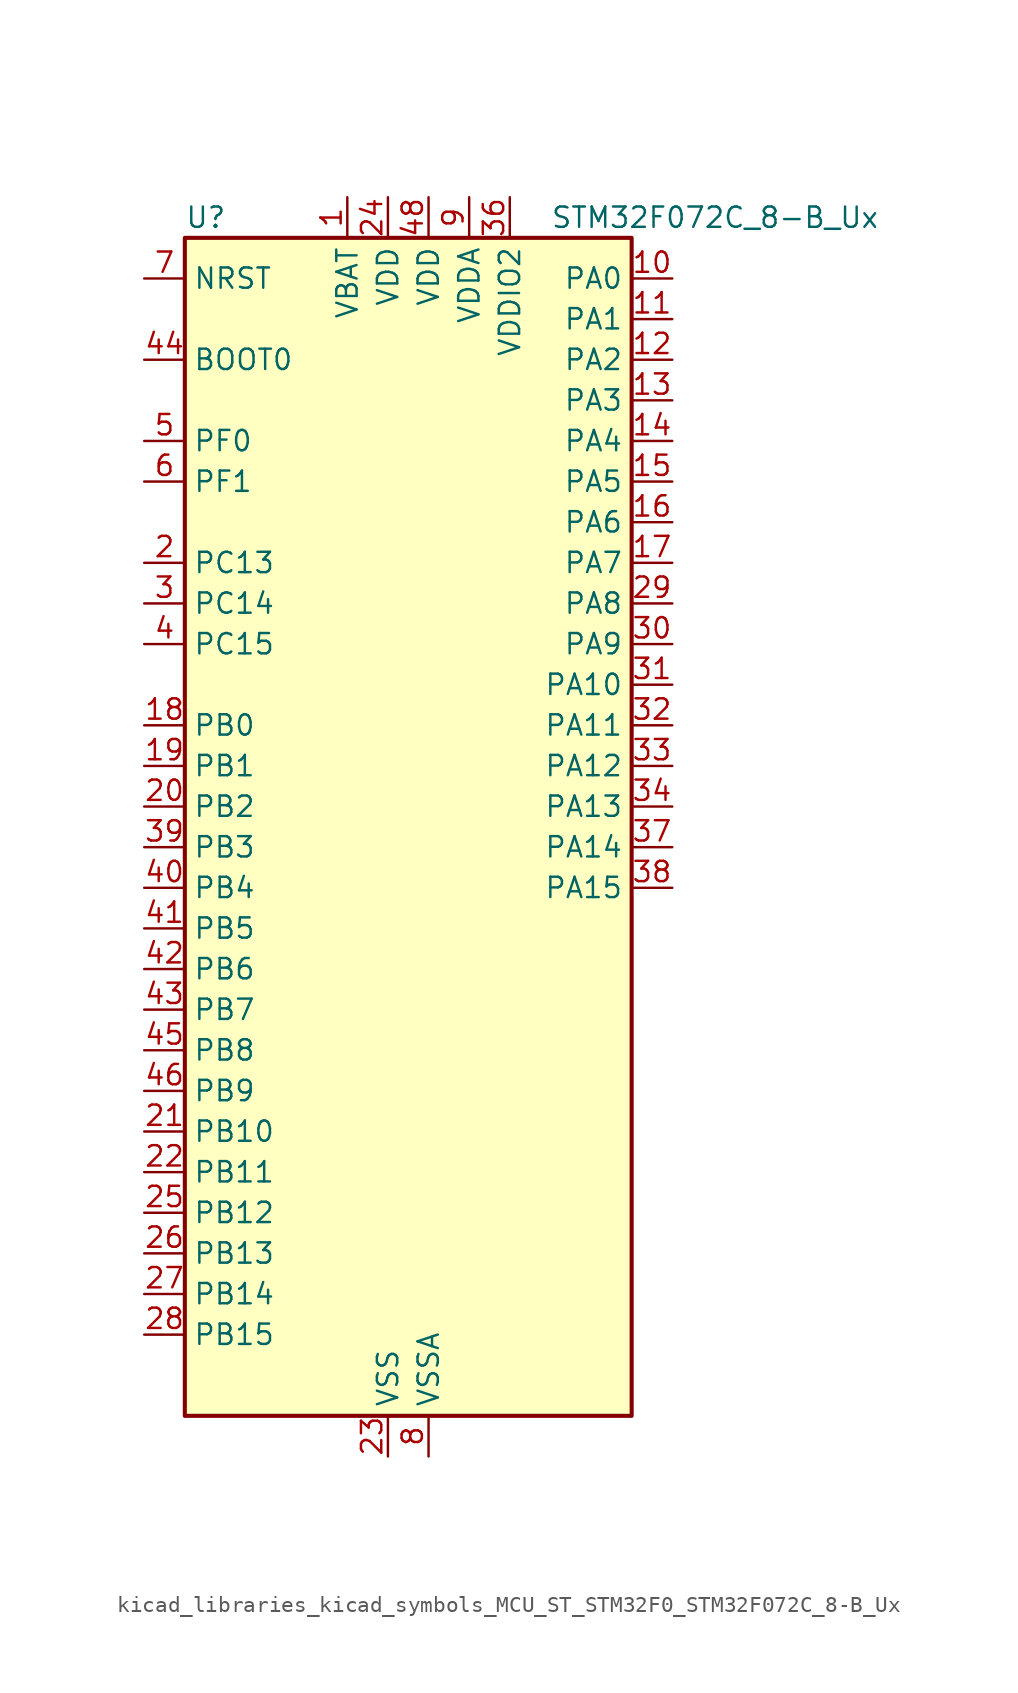
<source format=kicad_sym>
(kicad_symbol_lib
  (version 20220914)
  (generator kicad_symbol_editor)
  (symbol "kicad_libraries_kicad_symbols_MCU_ST_STM32F0_STM32F072C_8-B_Ux"
    (property "Reference" "U"
      (at -12.7 39.37 0)
      (effects (font (size 1.27 1.27)) (justify left)))
    (property "Value" "STM32F072C_8-B_Ux"
      (at 10.16 39.37 0)
      (effects (font (size 1.27 1.27)) (justify left)))
    (property "ki_locked" ""
      (at 0 0 0)
      (effects (font (size 1.27 1.27))))
    (symbol "kicad_libraries_kicad_symbols_MCU_ST_STM32F0_STM32F072C_8-B_Ux_0_1"
      (rectangle (start -12.7 -35.56) (end 15.24 38.1) (stroke (width 0.254) (type default)) (fill (type background))))
    (symbol "kicad_libraries_kicad_symbols_MCU_ST_STM32F0_STM32F072C_8-B_Ux_1_1"
      (pin power_in line (at -2.54 40.64 270) (length 2.54) (name "VBAT" (effects (font (size 1.27 1.27)))) (number "1" (effects (font (size 1.27 1.27)))))
      (pin bidirectional line (at 17.78 35.56 180) (length 2.54) (name "PA0" (effects (font (size 1.27 1.27)))) (number "10" (effects (font (size 1.27 1.27)))) (alternate "ADC_IN0" bidirectional line) (alternate "COMP1_INM" bidirectional line) (alternate "COMP1_OUT" bidirectional line) (alternate "RTC_TAMP2" bidirectional line) (alternate "SYS_WKUP1" bidirectional line) (alternate "TIM2_CH1" bidirectional line) (alternate "TIM2_ETR" bidirectional line) (alternate "TSC_G1_IO1" bidirectional line) (alternate "USART2_CTS" bidirectional line) (alternate "USART4_TX" bidirectional line))
      (pin bidirectional line (at 17.78 33.02 180) (length 2.54) (name "PA1" (effects (font (size 1.27 1.27)))) (number "11" (effects (font (size 1.27 1.27)))) (alternate "ADC_IN1" bidirectional line) (alternate "COMP1_INP" bidirectional line) (alternate "TIM15_CH1N" bidirectional line) (alternate "TIM2_CH2" bidirectional line) (alternate "TSC_G1_IO2" bidirectional line) (alternate "USART2_DE" bidirectional line) (alternate "USART2_RTS" bidirectional line) (alternate "USART4_RX" bidirectional line))
      (pin bidirectional line (at 17.78 30.48 180) (length 2.54) (name "PA2" (effects (font (size 1.27 1.27)))) (number "12" (effects (font (size 1.27 1.27)))) (alternate "ADC_IN2" bidirectional line) (alternate "COMP2_INM" bidirectional line) (alternate "COMP2_OUT" bidirectional line) (alternate "SYS_WKUP4" bidirectional line) (alternate "TIM15_CH1" bidirectional line) (alternate "TIM2_CH3" bidirectional line) (alternate "TSC_G1_IO3" bidirectional line) (alternate "USART2_TX" bidirectional line))
      (pin bidirectional line (at 17.78 27.94 180) (length 2.54) (name "PA3" (effects (font (size 1.27 1.27)))) (number "13" (effects (font (size 1.27 1.27)))) (alternate "ADC_IN3" bidirectional line) (alternate "COMP2_INP" bidirectional line) (alternate "TIM15_CH2" bidirectional line) (alternate "TIM2_CH4" bidirectional line) (alternate "TSC_G1_IO4" bidirectional line) (alternate "USART2_RX" bidirectional line))
      (pin bidirectional line (at 17.78 25.4 180) (length 2.54) (name "PA4" (effects (font (size 1.27 1.27)))) (number "14" (effects (font (size 1.27 1.27)))) (alternate "ADC_IN4" bidirectional line) (alternate "COMP1_INM" bidirectional line) (alternate "COMP2_INM" bidirectional line) (alternate "DAC_OUT1" bidirectional line) (alternate "I2S1_WS" bidirectional line) (alternate "SPI1_NSS" bidirectional line) (alternate "TIM14_CH1" bidirectional line) (alternate "TSC_G2_IO1" bidirectional line) (alternate "USART2_CK" bidirectional line))
      (pin bidirectional line (at 17.78 22.86 180) (length 2.54) (name "PA5" (effects (font (size 1.27 1.27)))) (number "15" (effects (font (size 1.27 1.27)))) (alternate "ADC_IN5" bidirectional line) (alternate "CEC" bidirectional line) (alternate "COMP1_INM" bidirectional line) (alternate "COMP2_INM" bidirectional line) (alternate "DAC_OUT2" bidirectional line) (alternate "I2S1_CK" bidirectional line) (alternate "SPI1_SCK" bidirectional line) (alternate "TIM2_CH1" bidirectional line) (alternate "TIM2_ETR" bidirectional line) (alternate "TSC_G2_IO2" bidirectional line))
      (pin bidirectional line (at 17.78 20.32 180) (length 2.54) (name "PA6" (effects (font (size 1.27 1.27)))) (number "16" (effects (font (size 1.27 1.27)))) (alternate "ADC_IN6" bidirectional line) (alternate "COMP1_OUT" bidirectional line) (alternate "I2S1_MCK" bidirectional line) (alternate "SPI1_MISO" bidirectional line) (alternate "TIM16_CH1" bidirectional line) (alternate "TIM1_BKIN" bidirectional line) (alternate "TIM3_CH1" bidirectional line) (alternate "TSC_G2_IO3" bidirectional line) (alternate "USART3_CTS" bidirectional line))
      (pin bidirectional line (at 17.78 17.78 180) (length 2.54) (name "PA7" (effects (font (size 1.27 1.27)))) (number "17" (effects (font (size 1.27 1.27)))) (alternate "ADC_IN7" bidirectional line) (alternate "COMP2_OUT" bidirectional line) (alternate "I2S1_SD" bidirectional line) (alternate "SPI1_MOSI" bidirectional line) (alternate "TIM14_CH1" bidirectional line) (alternate "TIM17_CH1" bidirectional line) (alternate "TIM1_CH1N" bidirectional line) (alternate "TIM3_CH2" bidirectional line) (alternate "TSC_G2_IO4" bidirectional line))
      (pin bidirectional line (at -15.24 7.62 0) (length 2.54) (name "PB0" (effects (font (size 1.27 1.27)))) (number "18" (effects (font (size 1.27 1.27)))) (alternate "ADC_IN8" bidirectional line) (alternate "TIM1_CH2N" bidirectional line) (alternate "TIM3_CH3" bidirectional line) (alternate "TSC_G3_IO2" bidirectional line) (alternate "USART3_CK" bidirectional line))
      (pin bidirectional line (at -15.24 5.08 0) (length 2.54) (name "PB1" (effects (font (size 1.27 1.27)))) (number "19" (effects (font (size 1.27 1.27)))) (alternate "ADC_IN9" bidirectional line) (alternate "TIM14_CH1" bidirectional line) (alternate "TIM1_CH3N" bidirectional line) (alternate "TIM3_CH4" bidirectional line) (alternate "TSC_G3_IO3" bidirectional line) (alternate "USART3_DE" bidirectional line) (alternate "USART3_RTS" bidirectional line))
      (pin bidirectional line (at -15.24 17.78 0) (length 2.54) (name "PC13" (effects (font (size 1.27 1.27)))) (number "2" (effects (font (size 1.27 1.27)))) (alternate "RTC_OUT_ALARM" bidirectional line) (alternate "RTC_OUT_CALIB" bidirectional line) (alternate "RTC_TAMP1" bidirectional line) (alternate "RTC_TS" bidirectional line) (alternate "SYS_WKUP2" bidirectional line))
      (pin bidirectional line (at -15.24 2.54 0) (length 2.54) (name "PB2" (effects (font (size 1.27 1.27)))) (number "20" (effects (font (size 1.27 1.27)))) (alternate "TSC_G3_IO4" bidirectional line))
      (pin bidirectional line (at -15.24 -17.78 0) (length 2.54) (name "PB10" (effects (font (size 1.27 1.27)))) (number "21" (effects (font (size 1.27 1.27)))) (alternate "CEC" bidirectional line) (alternate "I2C2_SCL" bidirectional line) (alternate "I2S2_CK" bidirectional line) (alternate "SPI2_SCK" bidirectional line) (alternate "TIM2_CH3" bidirectional line) (alternate "TSC_SYNC" bidirectional line) (alternate "USART3_TX" bidirectional line))
      (pin bidirectional line (at -15.24 -20.32 0) (length 2.54) (name "PB11" (effects (font (size 1.27 1.27)))) (number "22" (effects (font (size 1.27 1.27)))) (alternate "I2C2_SDA" bidirectional line) (alternate "TIM2_CH4" bidirectional line) (alternate "TSC_G6_IO1" bidirectional line) (alternate "USART3_RX" bidirectional line))
      (pin power_in line (at 0 -38.1 90) (length 2.54) (name "VSS" (effects (font (size 1.27 1.27)))) (number "23" (effects (font (size 1.27 1.27)))))
      (pin power_in line (at 0 40.64 270) (length 2.54) (name "VDD" (effects (font (size 1.27 1.27)))) (number "24" (effects (font (size 1.27 1.27)))))
      (pin bidirectional line (at -15.24 -22.86 0) (length 2.54) (name "PB12" (effects (font (size 1.27 1.27)))) (number "25" (effects (font (size 1.27 1.27)))) (alternate "I2S2_WS" bidirectional line) (alternate "SPI2_NSS" bidirectional line) (alternate "TIM15_BKIN" bidirectional line) (alternate "TIM1_BKIN" bidirectional line) (alternate "TSC_G6_IO2" bidirectional line) (alternate "USART3_CK" bidirectional line))
      (pin bidirectional line (at -15.24 -25.4 0) (length 2.54) (name "PB13" (effects (font (size 1.27 1.27)))) (number "26" (effects (font (size 1.27 1.27)))) (alternate "I2C2_SCL" bidirectional line) (alternate "I2S2_CK" bidirectional line) (alternate "SPI2_SCK" bidirectional line) (alternate "TIM1_CH1N" bidirectional line) (alternate "TSC_G6_IO3" bidirectional line) (alternate "USART3_CTS" bidirectional line))
      (pin bidirectional line (at -15.24 -27.94 0) (length 2.54) (name "PB14" (effects (font (size 1.27 1.27)))) (number "27" (effects (font (size 1.27 1.27)))) (alternate "I2C2_SDA" bidirectional line) (alternate "I2S2_MCK" bidirectional line) (alternate "SPI2_MISO" bidirectional line) (alternate "TIM15_CH1" bidirectional line) (alternate "TIM1_CH2N" bidirectional line) (alternate "TSC_G6_IO4" bidirectional line) (alternate "USART3_DE" bidirectional line) (alternate "USART3_RTS" bidirectional line))
      (pin bidirectional line (at -15.24 -30.48 0) (length 2.54) (name "PB15" (effects (font (size 1.27 1.27)))) (number "28" (effects (font (size 1.27 1.27)))) (alternate "I2S2_SD" bidirectional line) (alternate "RTC_REFIN" bidirectional line) (alternate "SPI2_MOSI" bidirectional line) (alternate "SYS_WKUP7" bidirectional line) (alternate "TIM15_CH1N" bidirectional line) (alternate "TIM15_CH2" bidirectional line) (alternate "TIM1_CH3N" bidirectional line))
      (pin bidirectional line (at 17.78 15.24 180) (length 2.54) (name "PA8" (effects (font (size 1.27 1.27)))) (number "29" (effects (font (size 1.27 1.27)))) (alternate "CRS_SYNC" bidirectional line) (alternate "RCC_MCO" bidirectional line) (alternate "TIM1_CH1" bidirectional line) (alternate "USART1_CK" bidirectional line))
      (pin bidirectional line (at -15.24 15.24 0) (length 2.54) (name "PC14" (effects (font (size 1.27 1.27)))) (number "3" (effects (font (size 1.27 1.27)))) (alternate "RCC_OSC32_IN" bidirectional line))
      (pin bidirectional line (at 17.78 12.7 180) (length 2.54) (name "PA9" (effects (font (size 1.27 1.27)))) (number "30" (effects (font (size 1.27 1.27)))) (alternate "DAC_EXTI9" bidirectional line) (alternate "TIM15_BKIN" bidirectional line) (alternate "TIM1_CH2" bidirectional line) (alternate "TSC_G4_IO1" bidirectional line) (alternate "USART1_TX" bidirectional line))
      (pin bidirectional line (at 17.78 10.16 180) (length 2.54) (name "PA10" (effects (font (size 1.27 1.27)))) (number "31" (effects (font (size 1.27 1.27)))) (alternate "TIM17_BKIN" bidirectional line) (alternate "TIM1_CH3" bidirectional line) (alternate "TSC_G4_IO2" bidirectional line) (alternate "USART1_RX" bidirectional line))
      (pin bidirectional line (at 17.78 7.62 180) (length 2.54) (name "PA11" (effects (font (size 1.27 1.27)))) (number "32" (effects (font (size 1.27 1.27)))) (alternate "CAN_RX" bidirectional line) (alternate "COMP1_OUT" bidirectional line) (alternate "TIM1_CH4" bidirectional line) (alternate "TSC_G4_IO3" bidirectional line) (alternate "USART1_CTS" bidirectional line) (alternate "USB_DM" bidirectional line))
      (pin bidirectional line (at 17.78 5.08 180) (length 2.54) (name "PA12" (effects (font (size 1.27 1.27)))) (number "33" (effects (font (size 1.27 1.27)))) (alternate "CAN_TX" bidirectional line) (alternate "COMP2_OUT" bidirectional line) (alternate "TIM1_ETR" bidirectional line) (alternate "TSC_G4_IO4" bidirectional line) (alternate "USART1_DE" bidirectional line) (alternate "USART1_RTS" bidirectional line) (alternate "USB_DP" bidirectional line))
      (pin bidirectional line (at 17.78 2.54 180) (length 2.54) (name "PA13" (effects (font (size 1.27 1.27)))) (number "34" (effects (font (size 1.27 1.27)))) (alternate "IR_OUT" bidirectional line) (alternate "SYS_SWDIO" bidirectional line) (alternate "USB_NOE" bidirectional line))
      (pin passive line (at 0 -38.1 90) (length 2.54) hide (name "VSS" (effects (font (size 1.27 1.27)))) (number "35" (effects (font (size 1.27 1.27)))))
      (pin power_in line (at 7.62 40.64 270) (length 2.54) (name "VDDIO2" (effects (font (size 1.27 1.27)))) (number "36" (effects (font (size 1.27 1.27)))))
      (pin bidirectional line (at 17.78 0 180) (length 2.54) (name "PA14" (effects (font (size 1.27 1.27)))) (number "37" (effects (font (size 1.27 1.27)))) (alternate "SYS_SWCLK" bidirectional line) (alternate "USART2_TX" bidirectional line))
      (pin bidirectional line (at 17.78 -2.54 180) (length 2.54) (name "PA15" (effects (font (size 1.27 1.27)))) (number "38" (effects (font (size 1.27 1.27)))) (alternate "I2S1_WS" bidirectional line) (alternate "SPI1_NSS" bidirectional line) (alternate "TIM2_CH1" bidirectional line) (alternate "TIM2_ETR" bidirectional line) (alternate "USART2_RX" bidirectional line) (alternate "USART4_DE" bidirectional line) (alternate "USART4_RTS" bidirectional line))
      (pin bidirectional line (at -15.24 0 0) (length 2.54) (name "PB3" (effects (font (size 1.27 1.27)))) (number "39" (effects (font (size 1.27 1.27)))) (alternate "I2S1_CK" bidirectional line) (alternate "SPI1_SCK" bidirectional line) (alternate "TIM2_CH2" bidirectional line) (alternate "TSC_G5_IO1" bidirectional line))
      (pin bidirectional line (at -15.24 12.7 0) (length 2.54) (name "PC15" (effects (font (size 1.27 1.27)))) (number "4" (effects (font (size 1.27 1.27)))) (alternate "RCC_OSC32_OUT" bidirectional line))
      (pin bidirectional line (at -15.24 -2.54 0) (length 2.54) (name "PB4" (effects (font (size 1.27 1.27)))) (number "40" (effects (font (size 1.27 1.27)))) (alternate "I2S1_MCK" bidirectional line) (alternate "SPI1_MISO" bidirectional line) (alternate "TIM17_BKIN" bidirectional line) (alternate "TIM3_CH1" bidirectional line) (alternate "TSC_G5_IO2" bidirectional line))
      (pin bidirectional line (at -15.24 -5.08 0) (length 2.54) (name "PB5" (effects (font (size 1.27 1.27)))) (number "41" (effects (font (size 1.27 1.27)))) (alternate "I2C1_SMBA" bidirectional line) (alternate "I2S1_SD" bidirectional line) (alternate "SPI1_MOSI" bidirectional line) (alternate "SYS_WKUP6" bidirectional line) (alternate "TIM16_BKIN" bidirectional line) (alternate "TIM3_CH2" bidirectional line))
      (pin bidirectional line (at -15.24 -7.62 0) (length 2.54) (name "PB6" (effects (font (size 1.27 1.27)))) (number "42" (effects (font (size 1.27 1.27)))) (alternate "I2C1_SCL" bidirectional line) (alternate "TIM16_CH1N" bidirectional line) (alternate "TSC_G5_IO3" bidirectional line) (alternate "USART1_TX" bidirectional line))
      (pin bidirectional line (at -15.24 -10.16 0) (length 2.54) (name "PB7" (effects (font (size 1.27 1.27)))) (number "43" (effects (font (size 1.27 1.27)))) (alternate "I2C1_SDA" bidirectional line) (alternate "TIM17_CH1N" bidirectional line) (alternate "TSC_G5_IO4" bidirectional line) (alternate "USART1_RX" bidirectional line) (alternate "USART4_CTS" bidirectional line))
      (pin input line (at -15.24 30.48 0) (length 2.54) (name "BOOT0" (effects (font (size 1.27 1.27)))) (number "44" (effects (font (size 1.27 1.27)))))
      (pin bidirectional line (at -15.24 -12.7 0) (length 2.54) (name "PB8" (effects (font (size 1.27 1.27)))) (number "45" (effects (font (size 1.27 1.27)))) (alternate "CAN_RX" bidirectional line) (alternate "CEC" bidirectional line) (alternate "I2C1_SCL" bidirectional line) (alternate "TIM16_CH1" bidirectional line) (alternate "TSC_SYNC" bidirectional line))
      (pin bidirectional line (at -15.24 -15.24 0) (length 2.54) (name "PB9" (effects (font (size 1.27 1.27)))) (number "46" (effects (font (size 1.27 1.27)))) (alternate "CAN_TX" bidirectional line) (alternate "DAC_EXTI9" bidirectional line) (alternate "I2C1_SDA" bidirectional line) (alternate "I2S2_WS" bidirectional line) (alternate "IR_OUT" bidirectional line) (alternate "SPI2_NSS" bidirectional line) (alternate "TIM17_CH1" bidirectional line))
      (pin passive line (at 0 -38.1 90) (length 2.54) hide (name "VSS" (effects (font (size 1.27 1.27)))) (number "47" (effects (font (size 1.27 1.27)))))
      (pin power_in line (at 2.54 40.64 270) (length 2.54) (name "VDD" (effects (font (size 1.27 1.27)))) (number "48" (effects (font (size 1.27 1.27)))))
      (pin passive line (at 0 -38.1 90) (length 2.54) hide (name "VSS" (effects (font (size 1.27 1.27)))) (number "49" (effects (font (size 1.27 1.27)))))
      (pin bidirectional line (at -15.24 25.4 0) (length 2.54) (name "PF0" (effects (font (size 1.27 1.27)))) (number "5" (effects (font (size 1.27 1.27)))) (alternate "CRS_SYNC" bidirectional line) (alternate "RCC_OSC_IN" bidirectional line))
      (pin bidirectional line (at -15.24 22.86 0) (length 2.54) (name "PF1" (effects (font (size 1.27 1.27)))) (number "6" (effects (font (size 1.27 1.27)))) (alternate "RCC_OSC_OUT" bidirectional line))
      (pin input line (at -15.24 35.56 0) (length 2.54) (name "NRST" (effects (font (size 1.27 1.27)))) (number "7" (effects (font (size 1.27 1.27)))))
      (pin power_in line (at 2.54 -38.1 90) (length 2.54) (name "VSSA" (effects (font (size 1.27 1.27)))) (number "8" (effects (font (size 1.27 1.27)))))
      (pin power_in line (at 5.08 40.64 270) (length 2.54) (name "VDDA" (effects (font (size 1.27 1.27)))) (number "9" (effects (font (size 1.27 1.27))))))))
</source>
